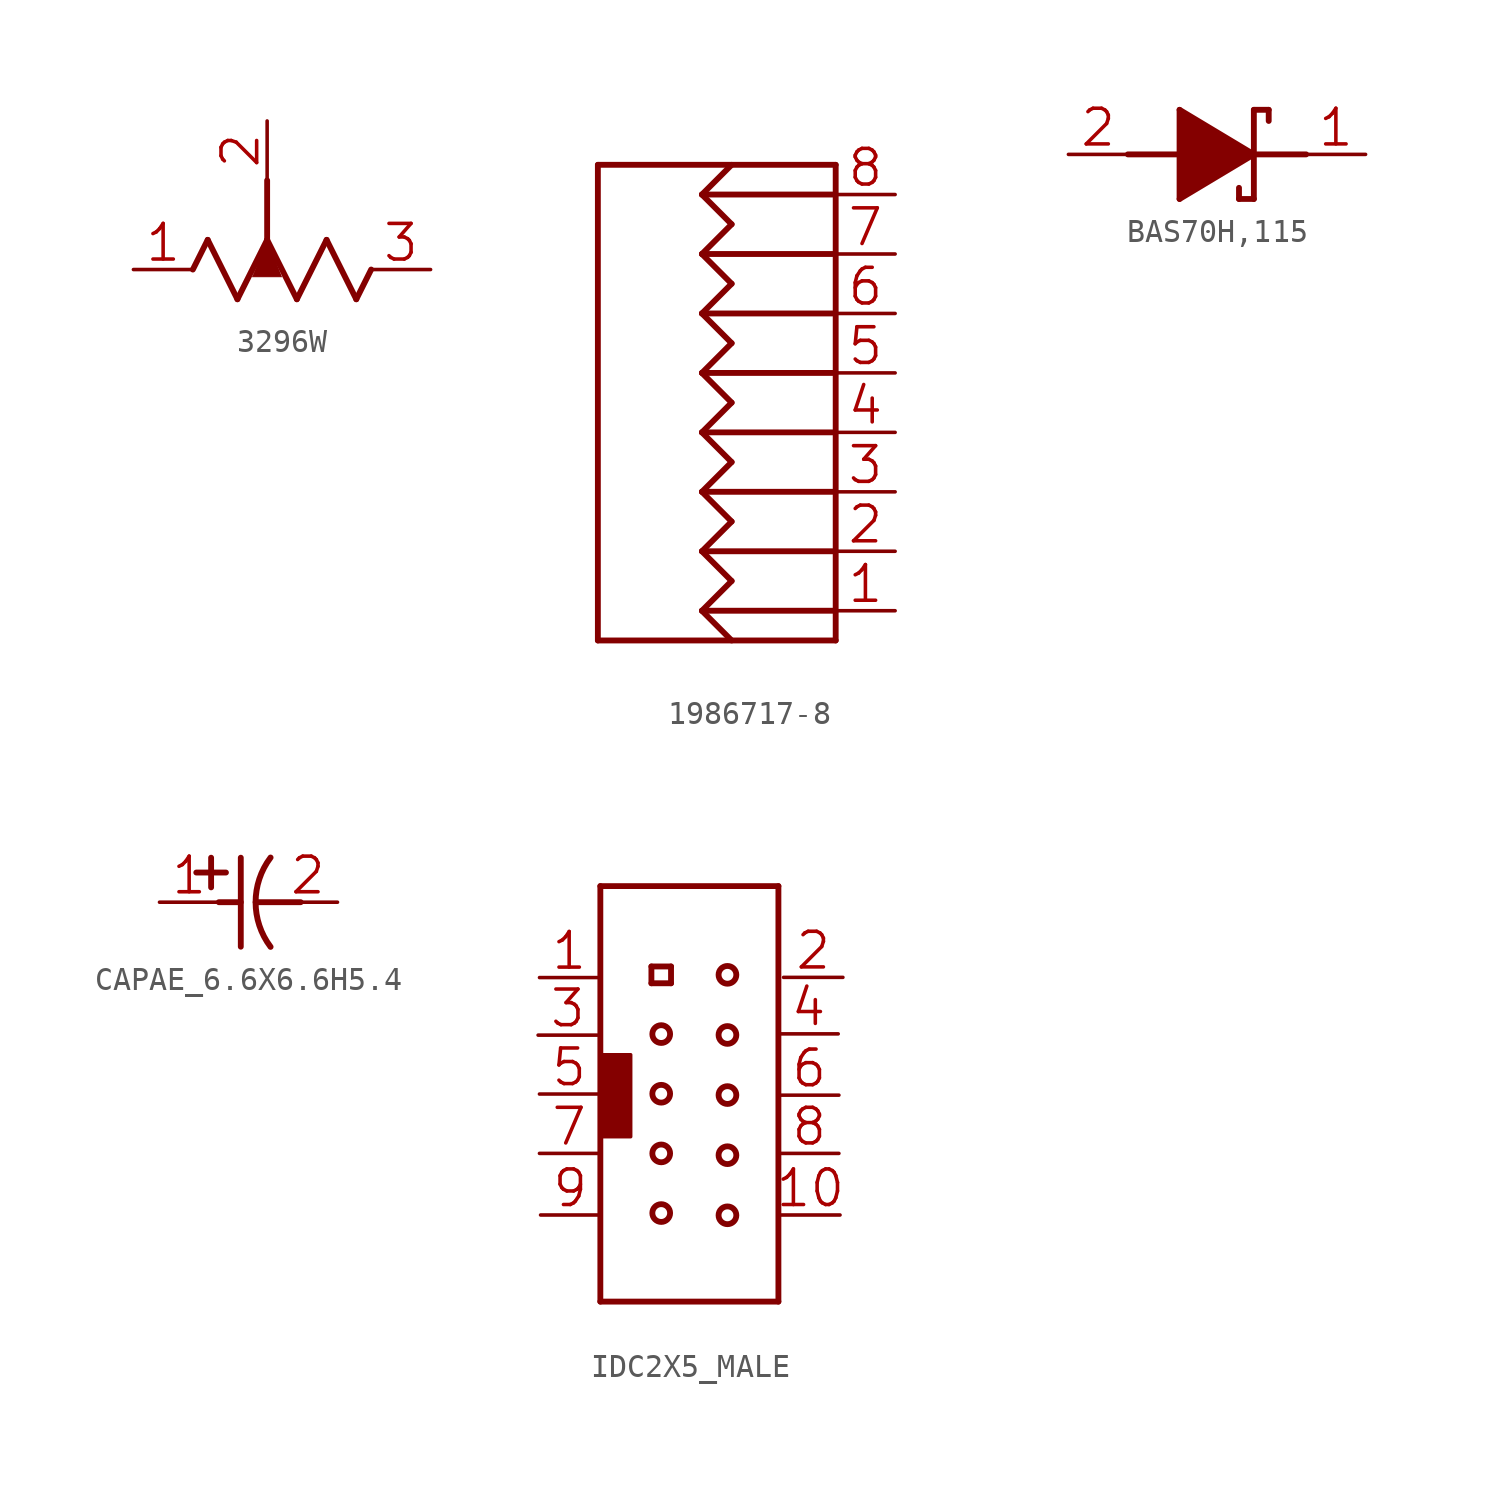
<source format=kicad_sym>
(kicad_symbol_lib
  (version 20241209)
  (generator "kicad_symbol_editor")
  (generator_version "9.0")
  (symbol "3296W"
    (property "Reference" "R"
      (at 0 0 0)
      (effects (font (size 1.27 1.27)) (hide yes)))
    (property "ki_locked" ""
      (at 0 0 0)
      (effects (font (size 1.27 1.27))))
    (symbol "3296W_1_0"
      (polyline (pts (xy -3.81 -1.27) (xy -3.175 0)) (stroke (width 0.25) (type solid)) (fill (type none)))
      (polyline (pts (xy -3.175 0) (xy -1.905 -2.54)) (stroke (width 0.25) (type solid)) (fill (type none)))
      (polyline (pts (xy -1.905 -2.54) (xy -0.635 0)) (stroke (width 0.25) (type solid)) (fill (type none)))
      (polyline (pts (xy -0.635 2.54) (xy -0.635 0)) (stroke (width 0.25) (type solid)) (fill (type none)))
      (polyline (pts (xy -0.635 0) (xy 0.635 -2.54)) (stroke (width 0.25) (type solid)) (fill (type none)))
      (polyline (pts (xy -0.635 0) (xy -1.27 -1.587) (xy 0 -1.587)) (stroke (width 0.002) (type solid)) (fill (type outline)))
      (polyline (pts (xy 0.635 -2.54) (xy 1.905 0)) (stroke (width 0.25) (type solid)) (fill (type none)))
      (polyline (pts (xy 1.905 0) (xy 3.175 -2.54)) (stroke (width 0.25) (type solid)) (fill (type none)))
      (polyline (pts (xy 3.175 -2.54) (xy 3.81 -1.27)) (stroke (width 0.25) (type solid)) (fill (type none)))
      (pin passive line (at -6.35 -1.27 0) (length 2.54) (name "CCW" (effects (font (size 0 0)))) (number "1" (effects (font (size 1.524 1.524)))))
      (pin passive line (at -0.635 5.08 270) (length 2.54) (name "W" (effects (font (size 0 0)))) (number "2" (effects (font (size 1.524 1.524)))))
      (pin passive line (at 6.35 -1.27 180) (length 2.54) (name "CW" (effects (font (size 0 0)))) (number "3" (effects (font (size 1.524 1.524)))))))
  (symbol "1986717-8"
    (property "Reference" "J"
      (at 0 0 0)
      (effects (font (size 1.27 1.27)) (hide yes)))
    (property "ki_locked" ""
      (at 0 0 0)
      (effects (font (size 1.27 1.27))))
    (symbol "1986717-8_1_0"
      (polyline (pts (xy -5.08 10.16) (xy 5.08 10.16)) (stroke (width 0.25) (type solid)) (fill (type none)))
      (polyline (pts (xy -5.08 -10.16) (xy -5.08 10.16)) (stroke (width 0.25) (type solid)) (fill (type none)))
      (polyline (pts (xy -0.635 8.89) (xy 0.635 10.16)) (stroke (width 0.25) (type solid)) (fill (type none)))
      (polyline (pts (xy -0.635 8.89) (xy 0.635 7.62)) (stroke (width 0.25) (type solid)) (fill (type none)))
      (polyline (pts (xy -0.635 8.89) (xy 5.08 8.89)) (stroke (width 0.25) (type solid)) (fill (type none)))
      (polyline (pts (xy -0.635 6.35) (xy 0.635 7.62)) (stroke (width 0.25) (type solid)) (fill (type none)))
      (polyline (pts (xy -0.635 6.35) (xy 0.635 5.08)) (stroke (width 0.25) (type solid)) (fill (type none)))
      (polyline (pts (xy -0.635 6.35) (xy 5.08 6.35)) (stroke (width 0.25) (type solid)) (fill (type none)))
      (polyline (pts (xy -0.635 3.81) (xy 0.635 5.08)) (stroke (width 0.25) (type solid)) (fill (type none)))
      (polyline (pts (xy -0.635 3.81) (xy 0.635 2.54)) (stroke (width 0.25) (type solid)) (fill (type none)))
      (polyline (pts (xy -0.635 3.81) (xy 5.08 3.81)) (stroke (width 0.25) (type solid)) (fill (type none)))
      (polyline (pts (xy -0.635 1.27) (xy 0.635 2.54)) (stroke (width 0.25) (type solid)) (fill (type none)))
      (polyline (pts (xy -0.635 1.27) (xy 0.635 0)) (stroke (width 0.25) (type solid)) (fill (type none)))
      (polyline (pts (xy -0.635 1.27) (xy 5.08 1.27)) (stroke (width 0.25) (type solid)) (fill (type none)))
      (polyline (pts (xy -0.635 -1.27) (xy 0.635 0)) (stroke (width 0.25) (type solid)) (fill (type none)))
      (polyline (pts (xy -0.635 -1.27) (xy 0.635 -2.54)) (stroke (width 0.25) (type solid)) (fill (type none)))
      (polyline (pts (xy -0.635 -1.27) (xy 5.08 -1.27)) (stroke (width 0.25) (type solid)) (fill (type none)))
      (polyline (pts (xy -0.635 -3.81) (xy 0.635 -2.54)) (stroke (width 0.25) (type solid)) (fill (type none)))
      (polyline (pts (xy -0.635 -3.81) (xy 0.635 -5.08)) (stroke (width 0.25) (type solid)) (fill (type none)))
      (polyline (pts (xy -0.635 -3.81) (xy 5.08 -3.81)) (stroke (width 0.25) (type solid)) (fill (type none)))
      (polyline (pts (xy -0.635 -6.35) (xy 0.635 -5.08)) (stroke (width 0.25) (type solid)) (fill (type none)))
      (polyline (pts (xy -0.635 -6.35) (xy 0.635 -7.62)) (stroke (width 0.25) (type solid)) (fill (type none)))
      (polyline (pts (xy -0.635 -6.35) (xy 5.08 -6.35)) (stroke (width 0.25) (type solid)) (fill (type none)))
      (polyline (pts (xy -0.635 -8.89) (xy 0.635 -7.62)) (stroke (width 0.25) (type solid)) (fill (type none)))
      (polyline (pts (xy -0.635 -8.89) (xy 0.635 -10.16)) (stroke (width 0.25) (type solid)) (fill (type none)))
      (polyline (pts (xy -0.635 -8.89) (xy 5.08 -8.89)) (stroke (width 0.25) (type solid)) (fill (type none)))
      (polyline (pts (xy 5.08 10.16) (xy 5.08 -10.16)) (stroke (width 0.25) (type solid)) (fill (type none)))
      (polyline (pts (xy 5.08 -10.16) (xy -5.08 -10.16)) (stroke (width 0.25) (type solid)) (fill (type none)))
      (pin passive line (at 7.62 8.89 180) (length 2.54) (name "P8" (effects (font (size 0 0)))) (number "8" (effects (font (size 1.524 1.524)))))
      (pin passive line (at 7.62 6.35 180) (length 2.54) (name "P7" (effects (font (size 0 0)))) (number "7" (effects (font (size 1.524 1.524)))))
      (pin passive line (at 7.62 3.81 180) (length 2.54) (name "P6" (effects (font (size 0 0)))) (number "6" (effects (font (size 1.524 1.524)))))
      (pin passive line (at 7.62 1.27 180) (length 2.54) (name "P5" (effects (font (size 0 0)))) (number "5" (effects (font (size 1.524 1.524)))))
      (pin passive line (at 7.62 -1.27 180) (length 2.54) (name "P4" (effects (font (size 0 0)))) (number "4" (effects (font (size 1.524 1.524)))))
      (pin passive line (at 7.62 -3.81 180) (length 2.54) (name "P3" (effects (font (size 0 0)))) (number "3" (effects (font (size 1.524 1.524)))))
      (pin passive line (at 7.62 -6.35 180) (length 2.54) (name "P2" (effects (font (size 0 0)))) (number "2" (effects (font (size 1.524 1.524)))))
      (pin passive line (at 7.62 -8.89 180) (length 2.54) (name "P1" (effects (font (size 0 0)))) (number "1" (effects (font (size 1.524 1.524)))))))
  (symbol "BAS70H,115"
    (property "Reference" "D"
      (at 0 0 0)
      (effects (font (size 1.27 1.27)) (hide yes)))
    (property "ki_locked" ""
      (at 0 0 0)
      (effects (font (size 1.27 1.27))))
    (symbol "BAS70H,115_1_0"
      (polyline (pts (xy -3.81 0) (xy -1.6 0)) (stroke (width 0.25) (type solid)) (fill (type none)))
      (polyline (pts (xy -1.6 1.905) (xy -1.6 -1.905)) (stroke (width 0.25) (type solid)) (fill (type none)))
      (polyline (pts (xy -1.6 -1.905) (xy 1.575 0)) (stroke (width 0.25) (type solid)) (fill (type none)))
      (polyline (pts (xy -1.6 -1.905) (xy -1.6 1.905) (xy 1.575 0)) (stroke (width 0.002) (type solid)) (fill (type outline)))
      (polyline (pts (xy 0.94 -1.905) (xy 0.94 -1.429)) (stroke (width 0.25) (type solid)) (fill (type none)))
      (polyline (pts (xy 0.94 -1.905) (xy 1.575 -1.905)) (stroke (width 0.25) (type solid)) (fill (type none)))
      (polyline (pts (xy 1.575 1.905) (xy 2.21 1.905)) (stroke (width 0.25) (type solid)) (fill (type none)))
      (polyline (pts (xy 1.575 0) (xy -1.6 1.905)) (stroke (width 0.25) (type solid)) (fill (type none)))
      (polyline (pts (xy 1.575 0) (xy 3.81 0)) (stroke (width 0.25) (type solid)) (fill (type none)))
      (polyline (pts (xy 1.575 -1.905) (xy 1.575 1.905)) (stroke (width 0.25) (type solid)) (fill (type none)))
      (polyline (pts (xy 2.21 1.429) (xy 2.21 1.905)) (stroke (width 0.25) (type solid)) (fill (type none)))
      (pin passive line (at -6.35 0 0) (length 2.54) (name "(A)" (effects (font (size 0 0)))) (number "2" (effects (font (size 1.524 1.524)))))
      (pin passive line (at 6.35 0 180) (length 2.54) (name "(C)" (effects (font (size 0 0)))) (number "1" (effects (font (size 1.524 1.524)))))))
  (symbol "CAPAE_6.6X6.6H5.4"
    (property "Reference" "C"
      (at 0 0 0)
      (effects (font (size 1.27 1.27)) (hide yes)))
    (property "ki_locked" ""
      (at 0 0 0)
      (effects (font (size 1.27 1.27))))
    (symbol "CAPAE_6.6X6.6H5.4_1_0"
      (polyline (pts (xy -2.235 1.27) (xy -0.965 1.27)) (stroke (width 0.25) (type solid)) (fill (type none)))
      (polyline (pts (xy -1.6 0.635) (xy -1.6 1.905)) (stroke (width 0.25) (type solid)) (fill (type none)))
      (polyline (pts (xy -1.27 0) (xy -0.33 0)) (stroke (width 0.25) (type solid)) (fill (type none)))
      (polyline (pts (xy -0.33 -1.905) (xy -0.33 1.905)) (stroke (width 0.25) (type solid)) (fill (type none)))
      (polyline (pts (xy 0.305 0) (xy 2.235 0)) (stroke (width 0.25) (type solid)) (fill (type none)))
      (arc (start 0.9439 -1.9109) (mid 0.3044 0.0001) (end 0.944 1.911) (stroke (width 0.254) (type solid)) (fill (type none)))
      (pin passive line (at -3.81 0 0) (length 2.54) (name "PLUS" (effects (font (size 0 0)))) (number "1" (effects (font (size 1.524 1.524)))))
      (pin passive line (at 3.81 0 180) (length 2.54) (name "MINUS" (effects (font (size 0 0)))) (number "2" (effects (font (size 1.524 1.524)))))))
  (symbol "IDC2X5_MALE"
    (property "Reference" "J"
      (at 0 0 0)
      (effects (font (size 1.27 1.27)) (hide yes)))
    (property "ki_locked" ""
      (at 0 0 0)
      (effects (font (size 1.27 1.27))))
    (symbol "IDC2X5_MALE_1_0"
      (polyline (pts (xy -3.858 8.896) (xy 3.762 8.896)) (stroke (width 0.25) (type solid)) (fill (type none)))
      (polyline (pts (xy -3.858 -8.884) (xy -3.858 8.896)) (stroke (width 0.25) (type solid)) (fill (type none)))
      (rectangle (start -3.787 1.679) (end -2.561 -1.826) (stroke (width 0) (type default)) (fill (type outline)))
      (polyline (pts (xy -1.673 5.457) (xy -0.833 5.457)) (stroke (width 0.25) (type solid)) (fill (type none)))
      (polyline (pts (xy -1.673 4.738) (xy -1.673 5.457)) (stroke (width 0.25) (type solid)) (fill (type none)))
      (circle (center -1.253 2.564) (radius 0.38) (stroke (width 0.25) (type solid)) (fill (type none)))
      (circle (center -1.253 0.011) (radius 0.38) (stroke (width 0.25) (type solid)) (fill (type none)))
      (circle (center -1.253 -2.542) (radius 0.38) (stroke (width 0.25) (type solid)) (fill (type none)))
      (circle (center -1.253 -5.095) (radius 0.38) (stroke (width 0.25) (type solid)) (fill (type none)))
      (polyline (pts (xy -0.833 5.457) (xy -0.833 4.738)) (stroke (width 0.25) (type solid)) (fill (type none)))
      (polyline (pts (xy -0.833 4.738) (xy -1.673 4.738)) (stroke (width 0.25) (type solid)) (fill (type none)))
      (circle (center 1.581 5.099) (radius 0.38) (stroke (width 0.25) (type solid)) (fill (type none)))
      (circle (center 1.581 2.526) (radius 0.38) (stroke (width 0.25) (type solid)) (fill (type none)))
      (circle (center 1.581 -0.046) (radius 0.38) (stroke (width 0.25) (type solid)) (fill (type none)))
      (circle (center 1.581 -2.619) (radius 0.38) (stroke (width 0.25) (type solid)) (fill (type none)))
      (circle (center 1.581 -5.191) (radius 0.38) (stroke (width 0.25) (type solid)) (fill (type none)))
      (polyline (pts (xy 3.762 8.896) (xy 3.762 -8.884)) (stroke (width 0.25) (type solid)) (fill (type none)))
      (polyline (pts (xy 3.762 -8.884) (xy -3.858 -8.884)) (stroke (width 0.25) (type solid)) (fill (type none)))
      (pin passive line (at -6.522 2.519 0) (length 2.54) (name "P3" (effects (font (size 0 0)))) (number "3" (effects (font (size 1.524 1.524)))))
      (pin passive line (at -6.464 -0.002 0) (length 2.54) (name "P5" (effects (font (size 0 0)))) (number "5" (effects (font (size 1.524 1.524)))))
      (pin passive line (at -6.464 -2.542 0) (length 2.54) (name "P7" (effects (font (size 0 0)))) (number "7" (effects (font (size 1.524 1.524)))))
      (pin passive line (at -6.462 4.982 0) (length 2.54) (name "P1" (effects (font (size 0 0)))) (number "1" (effects (font (size 1.524 1.524)))))
      (pin passive line (at -6.416 -5.178 0) (length 2.54) (name "P9" (effects (font (size 0 0)))) (number "9" (effects (font (size 1.524 1.524)))))
      (pin passive line (at 6.321 2.573 180) (length 2.54) (name "P4" (effects (font (size 0 0)))) (number "4" (effects (font (size 1.524 1.524)))))
      (pin passive line (at 6.351 -0.05 180) (length 2.54) (name "P6" (effects (font (size 0 0)))) (number "6" (effects (font (size 1.524 1.524)))))
      (pin passive line (at 6.351 -2.542 180) (length 2.54) (name "P8" (effects (font (size 0 0)))) (number "8" (effects (font (size 1.524 1.524)))))
      (pin passive line (at 6.399 -5.178 180) (length 2.54) (name "P10" (effects (font (size 0 0)))) (number "10" (effects (font (size 1.524 1.524)))))
      (pin passive line (at 6.522 4.991 180) (length 2.54) (name "P2" (effects (font (size 0 0)))) (number "2" (effects (font (size 1.524 1.524))))))))
</source>
